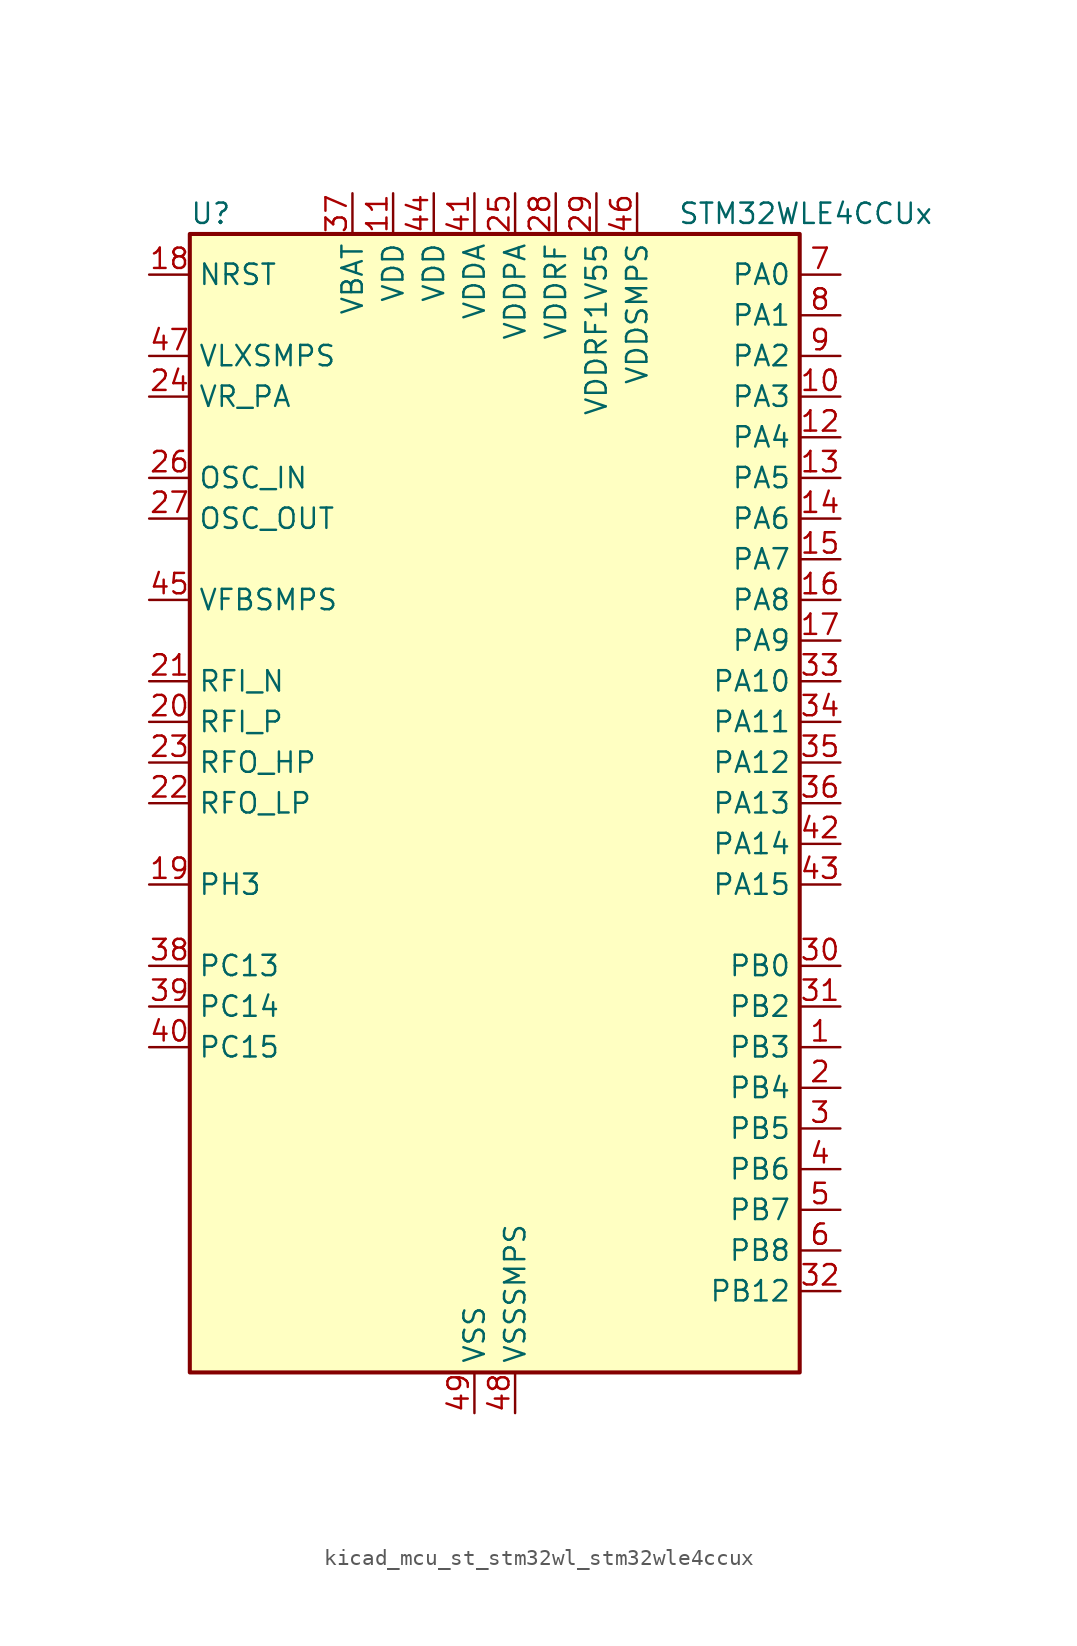
<source format=kicad_sym>
(kicad_symbol_lib
  (version 20220914)
  (generator kicad_symbol_editor)
  (symbol "kicad_mcu_st_stm32wl_stm32wle4ccux"
    (property "Reference" "U"
      (at -17.78 36.83 0)
      (effects (font (size 1.27 1.27)) (justify left)))
    (property "Value" "STM32WLE4CCUx"
      (at 12.7 36.83 0)
      (effects (font (size 1.27 1.27)) (justify left)))
    (property "ki_locked" ""
      (at 0 0 0)
      (effects (font (size 1.27 1.27))))
    (symbol "kicad_mcu_st_stm32wl_stm32wle4ccux_0_1"
      (rectangle (start -17.78 -35.56) (end 20.32 35.56) (stroke (width 0.254) (type default)) (fill (type background))))
    (symbol "kicad_mcu_st_stm32wl_stm32wle4ccux_1_1"
      (pin bidirectional line (at 22.86 -15.24 180) (length 2.54) (name "PB3" (effects (font (size 1.27 1.27)))) (number "1" (effects (font (size 1.27 1.27)))) (alternate "ADC_IN2" bidirectional line) (alternate "COMP1_INM" bidirectional line) (alternate "COMP2_INM" bidirectional line) (alternate "DEBUG_JTDO-SWO" bidirectional line) (alternate "DEBUG_RF-DTB1" bidirectional line) (alternate "PWR_WKUP3" bidirectional line) (alternate "RTC_TAMP_IN3" bidirectional line) (alternate "SPI1_SCK" bidirectional line) (alternate "TIM2_CH2" bidirectional line) (alternate "USART1_DE" bidirectional line) (alternate "USART1_RTS" bidirectional line))
      (pin bidirectional line (at 22.86 25.4 180) (length 2.54) (name "PA3" (effects (font (size 1.27 1.27)))) (number "10" (effects (font (size 1.27 1.27)))) (alternate "I2S2_MCK" bidirectional line) (alternate "LPUART1_RX" bidirectional line) (alternate "TIM2_CH4" bidirectional line) (alternate "USART2_RX" bidirectional line))
      (pin power_in line (at -5.08 38.1 270) (length 2.54) (name "VDD" (effects (font (size 1.27 1.27)))) (number "11" (effects (font (size 1.27 1.27)))))
      (pin bidirectional line (at 22.86 22.86 180) (length 2.54) (name "PA4" (effects (font (size 1.27 1.27)))) (number "12" (effects (font (size 1.27 1.27)))) (alternate "DEBUG_SUBGHZSPI-NSSOUT" bidirectional line) (alternate "LPTIM1_OUT" bidirectional line) (alternate "LPTIM2_OUT" bidirectional line) (alternate "RTC_OUT2" bidirectional line) (alternate "SPI1_NSS" bidirectional line) (alternate "USART2_CK" bidirectional line))
      (pin bidirectional line (at 22.86 20.32 180) (length 2.54) (name "PA5" (effects (font (size 1.27 1.27)))) (number "13" (effects (font (size 1.27 1.27)))) (alternate "DEBUG_SUBGHZSPI-SCKOUT" bidirectional line) (alternate "LPTIM2_ETR" bidirectional line) (alternate "SPI1_SCK" bidirectional line) (alternate "SPI2_MISO" bidirectional line) (alternate "TIM2_CH1" bidirectional line) (alternate "TIM2_ETR" bidirectional line))
      (pin bidirectional line (at 22.86 17.78 180) (length 2.54) (name "PA6" (effects (font (size 1.27 1.27)))) (number "14" (effects (font (size 1.27 1.27)))) (alternate "DEBUG_SUBGHZSPI-MISOOUT" bidirectional line) (alternate "I2C2_SMBA" bidirectional line) (alternate "LPUART1_CTS" bidirectional line) (alternate "SPI1_MISO" bidirectional line) (alternate "TIM16_CH1" bidirectional line) (alternate "TIM1_BKIN" bidirectional line))
      (pin bidirectional line (at 22.86 15.24 180) (length 2.54) (name "PA7" (effects (font (size 1.27 1.27)))) (number "15" (effects (font (size 1.27 1.27)))) (alternate "COMP2_OUT" bidirectional line) (alternate "DEBUG_SUBGHZSPI-MOSIOUT" bidirectional line) (alternate "I2C3_SCL" bidirectional line) (alternate "SPI1_MOSI" bidirectional line) (alternate "TIM17_CH1" bidirectional line) (alternate "TIM1_CH1N" bidirectional line))
      (pin bidirectional line (at 22.86 12.7 180) (length 2.54) (name "PA8" (effects (font (size 1.27 1.27)))) (number "16" (effects (font (size 1.27 1.27)))) (alternate "I2S2_CK" bidirectional line) (alternate "LPTIM2_OUT" bidirectional line) (alternate "RCC_MCO" bidirectional line) (alternate "SPI2_SCK" bidirectional line) (alternate "TIM1_CH1" bidirectional line) (alternate "USART1_CK" bidirectional line))
      (pin bidirectional line (at 22.86 10.16 180) (length 2.54) (name "PA9" (effects (font (size 1.27 1.27)))) (number "17" (effects (font (size 1.27 1.27)))) (alternate "DAC_EXTI9" bidirectional line) (alternate "I2C1_SCL" bidirectional line) (alternate "I2S2_CK" bidirectional line) (alternate "I2S2_WS" bidirectional line) (alternate "SPI2_NSS" bidirectional line) (alternate "SPI2_SCK" bidirectional line) (alternate "TIM1_CH2" bidirectional line) (alternate "USART1_TX" bidirectional line))
      (pin input line (at -20.32 33.02 0) (length 2.54) (name "NRST" (effects (font (size 1.27 1.27)))) (number "18" (effects (font (size 1.27 1.27)))))
      (pin bidirectional line (at -20.32 -5.08 0) (length 2.54) (name "PH3" (effects (font (size 1.27 1.27)))) (number "19" (effects (font (size 1.27 1.27)))))
      (pin bidirectional line (at 22.86 -17.78 180) (length 2.54) (name "PB4" (effects (font (size 1.27 1.27)))) (number "2" (effects (font (size 1.27 1.27)))) (alternate "ADC_IN3" bidirectional line) (alternate "COMP1_INP" bidirectional line) (alternate "COMP2_INP" bidirectional line) (alternate "DEBUG_JTRST" bidirectional line) (alternate "DEBUG_RF-LDORDY" bidirectional line) (alternate "I2C3_SDA" bidirectional line) (alternate "SPI1_MISO" bidirectional line) (alternate "TIM17_BKIN" bidirectional line) (alternate "USART1_CTS" bidirectional line) (alternate "USART1_NSS" bidirectional line))
      (pin bidirectional line (at -20.32 5.08 0) (length 2.54) (name "RFI_P" (effects (font (size 1.27 1.27)))) (number "20" (effects (font (size 1.27 1.27)))))
      (pin bidirectional line (at -20.32 7.62 0) (length 2.54) (name "RFI_N" (effects (font (size 1.27 1.27)))) (number "21" (effects (font (size 1.27 1.27)))))
      (pin bidirectional line (at -20.32 0 0) (length 2.54) (name "RFO_LP" (effects (font (size 1.27 1.27)))) (number "22" (effects (font (size 1.27 1.27)))))
      (pin bidirectional line (at -20.32 2.54 0) (length 2.54) (name "RFO_HP" (effects (font (size 1.27 1.27)))) (number "23" (effects (font (size 1.27 1.27)))))
      (pin power_in line (at -20.32 25.4 0) (length 2.54) (name "VR_PA" (effects (font (size 1.27 1.27)))) (number "24" (effects (font (size 1.27 1.27)))))
      (pin power_in line (at 2.54 38.1 270) (length 2.54) (name "VDDPA" (effects (font (size 1.27 1.27)))) (number "25" (effects (font (size 1.27 1.27)))))
      (pin input line (at -20.32 20.32 0) (length 2.54) (name "OSC_IN" (effects (font (size 1.27 1.27)))) (number "26" (effects (font (size 1.27 1.27)))) (alternate "RCC_OSC_IN" bidirectional line))
      (pin input line (at -20.32 17.78 0) (length 2.54) (name "OSC_OUT" (effects (font (size 1.27 1.27)))) (number "27" (effects (font (size 1.27 1.27)))) (alternate "RCC_OSC_OUT" bidirectional line))
      (pin power_in line (at 5.08 38.1 270) (length 2.54) (name "VDDRF" (effects (font (size 1.27 1.27)))) (number "28" (effects (font (size 1.27 1.27)))))
      (pin power_in line (at 7.62 38.1 270) (length 2.54) (name "VDDRF1V55" (effects (font (size 1.27 1.27)))) (number "29" (effects (font (size 1.27 1.27)))))
      (pin bidirectional line (at 22.86 -20.32 180) (length 2.54) (name "PB5" (effects (font (size 1.27 1.27)))) (number "3" (effects (font (size 1.27 1.27)))) (alternate "COMP2_OUT" bidirectional line) (alternate "I2C1_SMBA" bidirectional line) (alternate "LPTIM1_IN1" bidirectional line) (alternate "SPI1_MOSI" bidirectional line) (alternate "TIM16_BKIN" bidirectional line) (alternate "USART1_CK" bidirectional line))
      (pin bidirectional line (at 22.86 -10.16 180) (length 2.54) (name "PB0" (effects (font (size 1.27 1.27)))) (number "30" (effects (font (size 1.27 1.27)))) (alternate "COMP1_OUT" bidirectional line) (alternate "VDDTCXO" bidirectional line))
      (pin bidirectional line (at 22.86 -12.7 180) (length 2.54) (name "PB2" (effects (font (size 1.27 1.27)))) (number "31" (effects (font (size 1.27 1.27)))) (alternate "ADC_IN4" bidirectional line) (alternate "COMP1_INP" bidirectional line) (alternate "COMP2_INM" bidirectional line) (alternate "DEBUG_RF-SMPSRDY" bidirectional line) (alternate "I2C3_SMBA" bidirectional line) (alternate "LPTIM1_OUT" bidirectional line) (alternate "SPI1_NSS" bidirectional line))
      (pin bidirectional line (at 22.86 -30.48 180) (length 2.54) (name "PB12" (effects (font (size 1.27 1.27)))) (number "32" (effects (font (size 1.27 1.27)))) (alternate "I2C3_SMBA" bidirectional line) (alternate "I2S2_WS" bidirectional line) (alternate "LPUART1_RTS" bidirectional line) (alternate "SPI2_NSS" bidirectional line) (alternate "TIM1_BKIN" bidirectional line))
      (pin bidirectional line (at 22.86 7.62 180) (length 2.54) (name "PA10" (effects (font (size 1.27 1.27)))) (number "33" (effects (font (size 1.27 1.27)))) (alternate "ADC_IN6" bidirectional line) (alternate "COMP1_INM" bidirectional line) (alternate "COMP2_INM" bidirectional line) (alternate "DAC_OUT1" bidirectional line) (alternate "DEBUG_RF-HSE32RDY" bidirectional line) (alternate "I2C1_SDA" bidirectional line) (alternate "I2S2_SD" bidirectional line) (alternate "RTC_REFIN" bidirectional line) (alternate "SPI2_MOSI" bidirectional line) (alternate "TIM17_BKIN" bidirectional line) (alternate "TIM1_CH3" bidirectional line) (alternate "USART1_RX" bidirectional line))
      (pin bidirectional line (at 22.86 5.08 180) (length 2.54) (name "PA11" (effects (font (size 1.27 1.27)))) (number "34" (effects (font (size 1.27 1.27)))) (alternate "ADC_EXTI11" bidirectional line) (alternate "ADC_IN7" bidirectional line) (alternate "COMP1_INM" bidirectional line) (alternate "COMP2_INM" bidirectional line) (alternate "DEBUG_RF-NRESET" bidirectional line) (alternate "I2C2_SDA" bidirectional line) (alternate "LPTIM3_ETR" bidirectional line) (alternate "SPI1_MISO" bidirectional line) (alternate "TIM1_BKIN2" bidirectional line) (alternate "TIM1_CH4" bidirectional line) (alternate "USART1_CTS" bidirectional line) (alternate "USART1_NSS" bidirectional line))
      (pin bidirectional line (at 22.86 2.54 180) (length 2.54) (name "PA12" (effects (font (size 1.27 1.27)))) (number "35" (effects (font (size 1.27 1.27)))) (alternate "ADC_IN8" bidirectional line) (alternate "DEBUG_RF-BUSY" bidirectional line) (alternate "I2C2_SCL" bidirectional line) (alternate "LPTIM3_IN1" bidirectional line) (alternate "SPI1_MOSI" bidirectional line) (alternate "TIM1_ETR" bidirectional line) (alternate "USART1_DE" bidirectional line) (alternate "USART1_RTS" bidirectional line))
      (pin bidirectional line (at 22.86 0 180) (length 2.54) (name "PA13" (effects (font (size 1.27 1.27)))) (number "36" (effects (font (size 1.27 1.27)))) (alternate "ADC_IN9" bidirectional line) (alternate "DEBUG_JTMS-SWDIO" bidirectional line) (alternate "I2C2_SMBA" bidirectional line) (alternate "IR_OUT" bidirectional line))
      (pin power_in line (at -7.62 38.1 270) (length 2.54) (name "VBAT" (effects (font (size 1.27 1.27)))) (number "37" (effects (font (size 1.27 1.27)))))
      (pin bidirectional line (at -20.32 -10.16 0) (length 2.54) (name "PC13" (effects (font (size 1.27 1.27)))) (number "38" (effects (font (size 1.27 1.27)))) (alternate "PWR_WKUP2" bidirectional line) (alternate "RTC_OUT1" bidirectional line) (alternate "RTC_TAMP_IN1" bidirectional line) (alternate "RTC_TS" bidirectional line))
      (pin bidirectional line (at -20.32 -12.7 0) (length 2.54) (name "PC14" (effects (font (size 1.27 1.27)))) (number "39" (effects (font (size 1.27 1.27)))) (alternate "RCC_OSC32_IN" bidirectional line))
      (pin bidirectional line (at 22.86 -22.86 180) (length 2.54) (name "PB6" (effects (font (size 1.27 1.27)))) (number "4" (effects (font (size 1.27 1.27)))) (alternate "I2C1_SCL" bidirectional line) (alternate "LPTIM1_ETR" bidirectional line) (alternate "TIM16_CH1N" bidirectional line) (alternate "USART1_TX" bidirectional line))
      (pin bidirectional line (at -20.32 -15.24 0) (length 2.54) (name "PC15" (effects (font (size 1.27 1.27)))) (number "40" (effects (font (size 1.27 1.27)))) (alternate "RCC_OSC32_OUT" bidirectional line))
      (pin power_in line (at 0 38.1 270) (length 2.54) (name "VDDA" (effects (font (size 1.27 1.27)))) (number "41" (effects (font (size 1.27 1.27)))))
      (pin bidirectional line (at 22.86 -2.54 180) (length 2.54) (name "PA14" (effects (font (size 1.27 1.27)))) (number "42" (effects (font (size 1.27 1.27)))) (alternate "ADC_IN10" bidirectional line) (alternate "DEBUG_JTCK-SWCLK" bidirectional line) (alternate "I2C1_SMBA" bidirectional line) (alternate "LPTIM1_OUT" bidirectional line))
      (pin bidirectional line (at 22.86 -5.08 180) (length 2.54) (name "PA15" (effects (font (size 1.27 1.27)))) (number "43" (effects (font (size 1.27 1.27)))) (alternate "ADC_IN11" bidirectional line) (alternate "COMP1_INM" bidirectional line) (alternate "COMP2_INP" bidirectional line) (alternate "DEBUG_JTDI" bidirectional line) (alternate "I2C2_SDA" bidirectional line) (alternate "SPI1_NSS" bidirectional line) (alternate "TIM2_CH1" bidirectional line) (alternate "TIM2_ETR" bidirectional line))
      (pin power_in line (at -2.54 38.1 270) (length 2.54) (name "VDD" (effects (font (size 1.27 1.27)))) (number "44" (effects (font (size 1.27 1.27)))))
      (pin input line (at -20.32 12.7 0) (length 2.54) (name "VFBSMPS" (effects (font (size 1.27 1.27)))) (number "45" (effects (font (size 1.27 1.27)))))
      (pin power_in line (at 10.16 38.1 270) (length 2.54) (name "VDDSMPS" (effects (font (size 1.27 1.27)))) (number "46" (effects (font (size 1.27 1.27)))))
      (pin power_in line (at -20.32 27.94 0) (length 2.54) (name "VLXSMPS" (effects (font (size 1.27 1.27)))) (number "47" (effects (font (size 1.27 1.27)))))
      (pin power_in line (at 2.54 -38.1 90) (length 2.54) (name "VSSSMPS" (effects (font (size 1.27 1.27)))) (number "48" (effects (font (size 1.27 1.27)))))
      (pin power_in line (at 0 -38.1 90) (length 2.54) (name "VSS" (effects (font (size 1.27 1.27)))) (number "49" (effects (font (size 1.27 1.27)))))
      (pin bidirectional line (at 22.86 -25.4 180) (length 2.54) (name "PB7" (effects (font (size 1.27 1.27)))) (number "5" (effects (font (size 1.27 1.27)))) (alternate "I2C1_SDA" bidirectional line) (alternate "LPTIM1_IN2" bidirectional line) (alternate "PWR_PVD_IN" bidirectional line) (alternate "TIM17_CH1N" bidirectional line) (alternate "TIM1_BKIN" bidirectional line) (alternate "USART1_RX" bidirectional line))
      (pin bidirectional line (at 22.86 -27.94 180) (length 2.54) (name "PB8" (effects (font (size 1.27 1.27)))) (number "6" (effects (font (size 1.27 1.27)))) (alternate "I2C1_SCL" bidirectional line) (alternate "TIM16_CH1" bidirectional line) (alternate "TIM1_CH2N" bidirectional line))
      (pin bidirectional line (at 22.86 33.02 180) (length 2.54) (name "PA0" (effects (font (size 1.27 1.27)))) (number "7" (effects (font (size 1.27 1.27)))) (alternate "COMP1_OUT" bidirectional line) (alternate "DEBUG_PWR-REGLP1S" bidirectional line) (alternate "I2C3_SMBA" bidirectional line) (alternate "I2S_CKIN" bidirectional line) (alternate "PWR_WKUP1" bidirectional line) (alternate "RTC_TAMP_IN2" bidirectional line) (alternate "TIM2_CH1" bidirectional line) (alternate "TIM2_ETR" bidirectional line) (alternate "USART2_CTS" bidirectional line) (alternate "USART2_NSS" bidirectional line))
      (pin bidirectional line (at 22.86 30.48 180) (length 2.54) (name "PA1" (effects (font (size 1.27 1.27)))) (number "8" (effects (font (size 1.27 1.27)))) (alternate "DEBUG_PWR-REGLP2S" bidirectional line) (alternate "I2C1_SMBA" bidirectional line) (alternate "LPTIM3_OUT" bidirectional line) (alternate "LPUART1_RTS" bidirectional line) (alternate "SPI1_SCK" bidirectional line) (alternate "TIM2_CH2" bidirectional line) (alternate "USART2_DE" bidirectional line) (alternate "USART2_RTS" bidirectional line))
      (pin bidirectional line (at 22.86 27.94 180) (length 2.54) (name "PA2" (effects (font (size 1.27 1.27)))) (number "9" (effects (font (size 1.27 1.27)))) (alternate "COMP2_OUT" bidirectional line) (alternate "DEBUG_PWR-LDORDY" bidirectional line) (alternate "LPUART1_TX" bidirectional line) (alternate "RCC_LSCO" bidirectional line) (alternate "TIM2_CH3" bidirectional line) (alternate "USART2_TX" bidirectional line)))))
</source>
